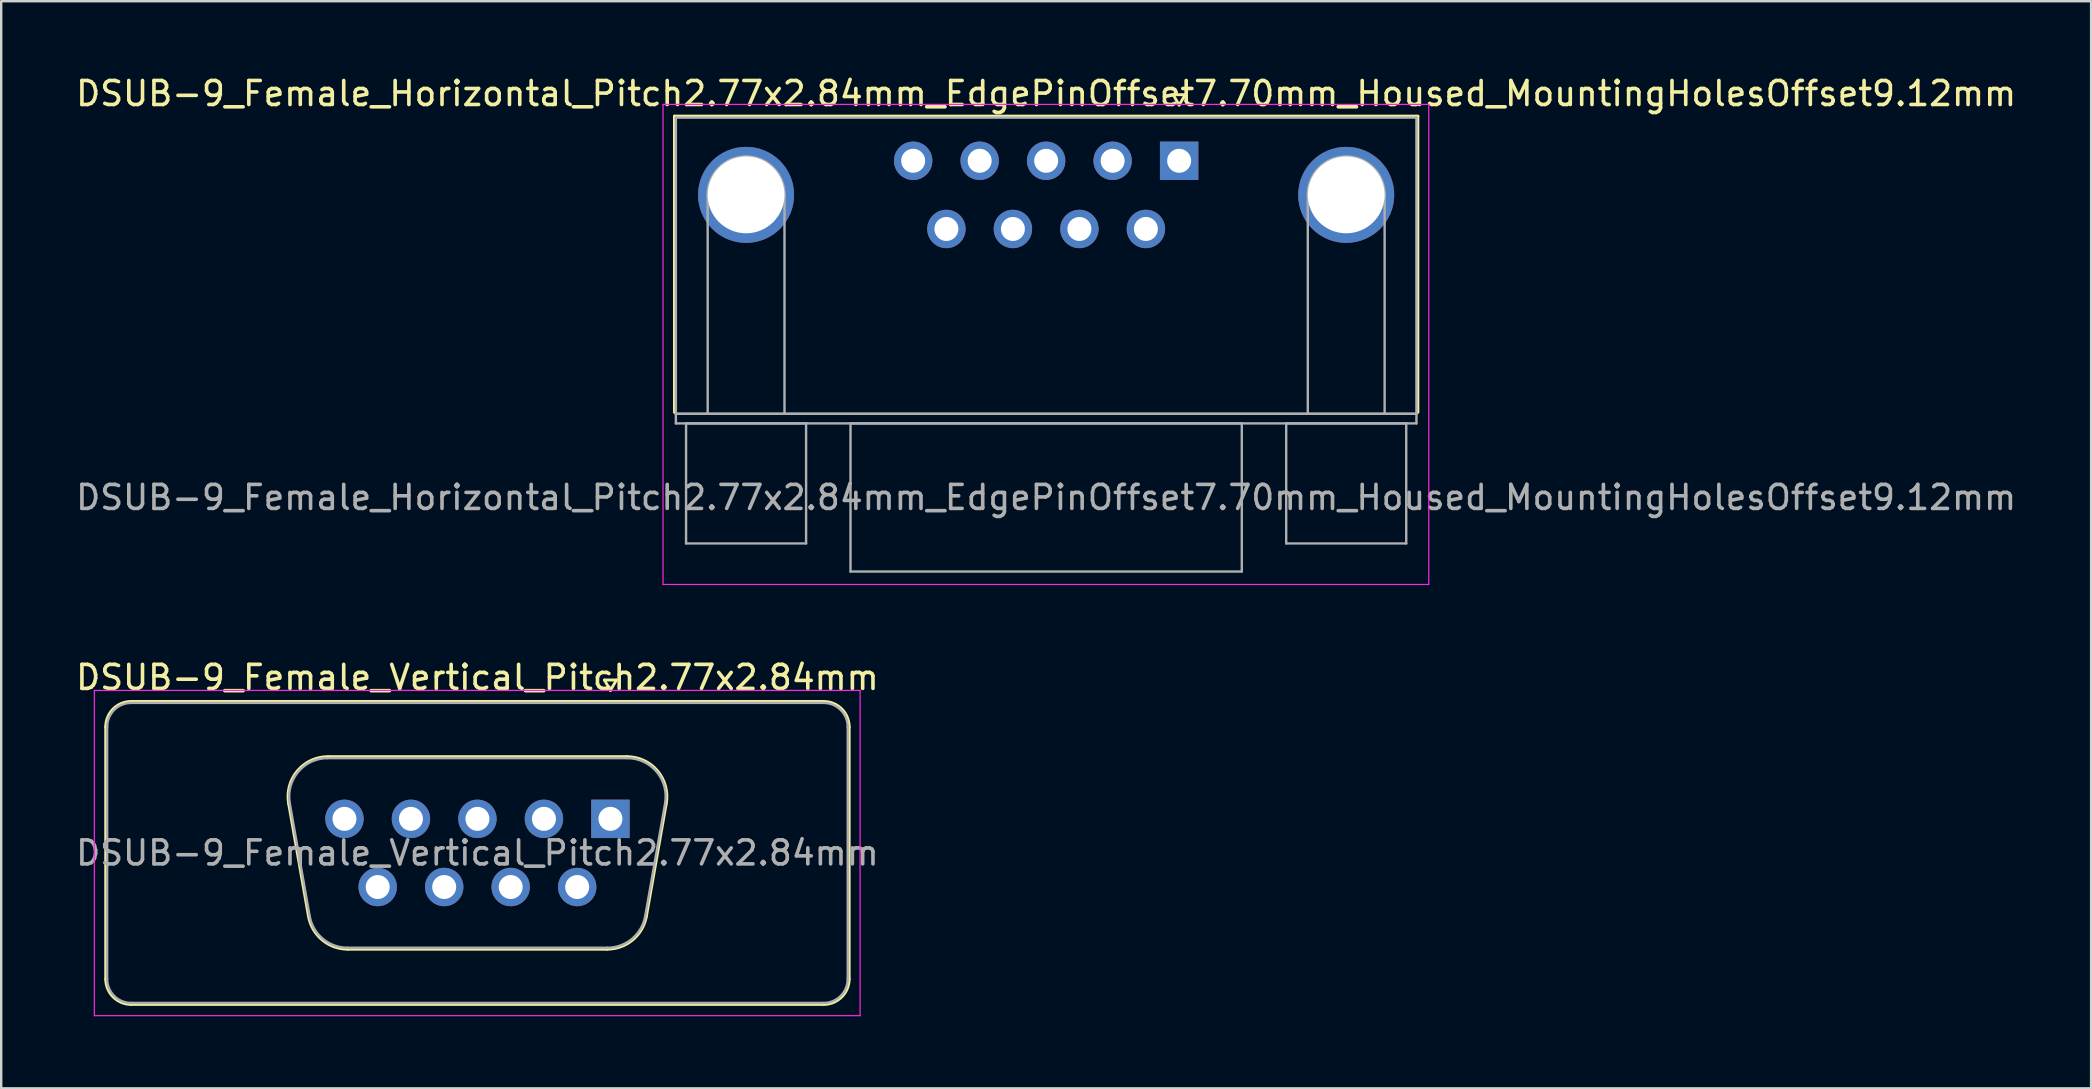
<source format=kicad_pcb>
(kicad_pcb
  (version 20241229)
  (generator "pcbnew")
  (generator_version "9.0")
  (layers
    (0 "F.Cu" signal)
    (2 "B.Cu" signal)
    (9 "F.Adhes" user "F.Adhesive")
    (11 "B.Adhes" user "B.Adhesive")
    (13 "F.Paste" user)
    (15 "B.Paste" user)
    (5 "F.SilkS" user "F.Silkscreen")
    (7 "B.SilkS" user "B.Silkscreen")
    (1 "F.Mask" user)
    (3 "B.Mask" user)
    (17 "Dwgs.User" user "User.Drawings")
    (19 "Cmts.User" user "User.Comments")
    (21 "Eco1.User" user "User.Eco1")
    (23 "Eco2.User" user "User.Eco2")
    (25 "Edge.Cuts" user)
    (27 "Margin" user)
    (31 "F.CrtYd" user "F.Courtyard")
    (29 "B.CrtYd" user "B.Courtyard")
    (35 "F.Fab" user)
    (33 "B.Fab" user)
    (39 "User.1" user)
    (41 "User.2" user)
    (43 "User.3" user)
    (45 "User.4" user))
  (footprint "DSUB-9_Female_Horizontal_Pitch2.77x2.84mm_EdgePinOffset7.70mm_Housed_MountingHolesOffset9.12mm"
    (layer "F.Cu")
    (at 46.07 3.648)
    (property "Reference" "DSUB-9_Female_Horizontal_Pitch2.77x2.84mm_EdgePinOffset7.70mm_Housed_MountingHolesOffset9.12mm" (at -5.54 -2.8 0) (layer "F.SilkS") (effects (font (size 1 1) (thickness 0.15))))
    (attr through_hole)
    (fp_line (start -21.025 -1.86) (end 9.945 -1.86) (stroke (width 0.12) (type solid)) (layer "F.SilkS"))
    (fp_line (start -21.025 10.48) (end -21.025 -1.86) (stroke (width 0.12) (type solid)) (layer "F.SilkS"))
    (fp_line (start -0.25 -2.754) (end 0.25 -2.754) (stroke (width 0.12) (type solid)) (layer "F.SilkS"))
    (fp_line (start 0 -2.321) (end -0.25 -2.754) (stroke (width 0.12) (type solid)) (layer "F.SilkS"))
    (fp_line (start 0.25 -2.754) (end 0 -2.321) (stroke (width 0.12) (type solid)) (layer "F.SilkS"))
    (fp_line (start 9.945 -1.86) (end 9.945 10.48) (stroke (width 0.12) (type solid)) (layer "F.SilkS"))
    (fp_line (start -21.5 -2.35) (end -21.5 17.65) (stroke (width 0.05) (type solid)) (layer "F.CrtYd"))
    (fp_line (start -21.5 17.65) (end 10.4 17.65) (stroke (width 0.05) (type solid)) (layer "F.CrtYd"))
    (fp_line (start 10.4 -2.35) (end -21.5 -2.35) (stroke (width 0.05) (type solid)) (layer "F.CrtYd"))
    (fp_line (start 10.4 17.65) (end 10.4 -2.35) (stroke (width 0.05) (type solid)) (layer "F.CrtYd"))
    (fp_line (start -20.965 -1.8) (end -20.965 10.54) (stroke (width 0.1) (type solid)) (layer "F.Fab"))
    (fp_line (start -20.965 10.54) (end -20.965 10.94) (stroke (width 0.1) (type solid)) (layer "F.Fab"))
    (fp_line (start -20.965 10.54) (end 9.885 10.54) (stroke (width 0.1) (type solid)) (layer "F.Fab"))
    (fp_line (start -20.965 10.94) (end 9.885 10.94) (stroke (width 0.1) (type solid)) (layer "F.Fab"))
    (fp_line (start -20.54 10.94) (end -20.54 15.94) (stroke (width 0.1) (type solid)) (layer "F.Fab"))
    (fp_line (start -20.54 15.94) (end -15.54 15.94) (stroke (width 0.1) (type solid)) (layer "F.Fab"))
    (fp_line (start -19.64 10.54) (end -19.64 1.42) (stroke (width 0.1) (type solid)) (layer "F.Fab"))
    (fp_line (start -16.44 10.54) (end -16.44 1.42) (stroke (width 0.1) (type solid)) (layer "F.Fab"))
    (fp_line (start -15.54 10.94) (end -20.54 10.94) (stroke (width 0.1) (type solid)) (layer "F.Fab"))
    (fp_line (start -15.54 15.94) (end -15.54 10.94) (stroke (width 0.1) (type solid)) (layer "F.Fab"))
    (fp_line (start -13.69 10.94) (end -13.69 17.11) (stroke (width 0.1) (type solid)) (layer "F.Fab"))
    (fp_line (start -13.69 17.11) (end 2.61 17.11) (stroke (width 0.1) (type solid)) (layer "F.Fab"))
    (fp_line (start 2.61 10.94) (end -13.69 10.94) (stroke (width 0.1) (type solid)) (layer "F.Fab"))
    (fp_line (start 2.61 17.11) (end 2.61 10.94) (stroke (width 0.1) (type solid)) (layer "F.Fab"))
    (fp_line (start 4.46 10.94) (end 4.46 15.94) (stroke (width 0.1) (type solid)) (layer "F.Fab"))
    (fp_line (start 4.46 15.94) (end 9.46 15.94) (stroke (width 0.1) (type solid)) (layer "F.Fab"))
    (fp_line (start 5.36 10.54) (end 5.36 1.42) (stroke (width 0.1) (type solid)) (layer "F.Fab"))
    (fp_line (start 8.56 10.54) (end 8.56 1.42) (stroke (width 0.1) (type solid)) (layer "F.Fab"))
    (fp_line (start 9.46 10.94) (end 4.46 10.94) (stroke (width 0.1) (type solid)) (layer "F.Fab"))
    (fp_line (start 9.46 15.94) (end 9.46 10.94) (stroke (width 0.1) (type solid)) (layer "F.Fab"))
    (fp_line (start 9.885 -1.8) (end -20.965 -1.8) (stroke (width 0.1) (type solid)) (layer "F.Fab"))
    (fp_line (start 9.885 10.54) (end -20.965 10.54) (stroke (width 0.1) (type solid)) (layer "F.Fab"))
    (fp_line (start 9.885 10.54) (end 9.885 -1.8) (stroke (width 0.1) (type solid)) (layer "F.Fab"))
    (fp_line (start 9.885 10.94) (end 9.885 10.54) (stroke (width 0.1) (type solid)) (layer "F.Fab"))
    (fp_arc (start -19.64 1.42) (mid -18.04 -0.18) (end -16.44 1.42) (stroke (width 0.1) (type solid)) (layer "F.Fab"))
    (fp_arc (start 5.36 1.42) (mid 6.96 -0.18) (end 8.56 1.42) (stroke (width 0.1) (type solid)) (layer "F.Fab"))
    (fp_text user "${REFERENCE}" (at -5.54 14.025 0) (layer "F.Fab") (effects (font (size 1 1) (thickness 0.15))))
    (pad "0" thru_hole circle (at -18.04 1.42) (size 4 4) (drill 3.2) (layers "*.Cu" "*.Mask"))
    (pad "0" thru_hole circle (at 6.96 1.42) (size 4 4) (drill 3.2) (layers "*.Cu" "*.Mask"))
    (pad "1" thru_hole rect (at 0 0) (size 1.6 1.6) (drill 1) (layers "*.Cu" "*.Mask"))
    (pad "2" thru_hole circle (at -2.77 0) (size 1.6 1.6) (drill 1) (layers "*.Cu" "*.Mask"))
    (pad "3" thru_hole circle (at -5.54 0) (size 1.6 1.6) (drill 1) (layers "*.Cu" "*.Mask"))
    (pad "4" thru_hole circle (at -8.31 0) (size 1.6 1.6) (drill 1) (layers "*.Cu" "*.Mask"))
    (pad "5" thru_hole circle (at -11.08 0) (size 1.6 1.6) (drill 1) (layers "*.Cu" "*.Mask"))
    (pad "6" thru_hole circle (at -1.385 2.84) (size 1.6 1.6) (drill 1) (layers "*.Cu" "*.Mask"))
    (pad "7" thru_hole circle (at -4.155 2.84) (size 1.6 1.6) (drill 1) (layers "*.Cu" "*.Mask"))
    (pad "8" thru_hole circle (at -6.925 2.84) (size 1.6 1.6) (drill 1) (layers "*.Cu" "*.Mask"))
    (pad "9" thru_hole circle (at -9.695 2.84) (size 1.6 1.6) (drill 1) (layers "*.Cu" "*.Mask")))
  (footprint "DSUB-9_Female_Vertical_Pitch2.77x2.84mm"
    (layer "F.Cu")
    (at 22.379 31.061)
    (property "Reference" "DSUB-9_Female_Vertical_Pitch2.77x2.84mm" (at -5.54 -5.89 0) (layer "F.SilkS") (effects (font (size 1 1) (thickness 0.15))))
    (attr through_hole)
    (fp_line (start -21.025 6.67) (end -21.025 -3.83) (stroke (width 0.12) (type solid)) (layer "F.SilkS"))
    (fp_line (start -19.965 -4.89) (end 8.885 -4.89) (stroke (width 0.12) (type solid)) (layer "F.SilkS"))
    (fp_line (start -13.406 -0.642) (end -12.578 4.058) (stroke (width 0.12) (type solid)) (layer "F.SilkS"))
    (fp_line (start -11.772 -2.59) (end 0.692 -2.59) (stroke (width 0.12) (type solid)) (layer "F.SilkS"))
    (fp_line (start -10.943 5.43) (end -0.137 5.43) (stroke (width 0.12) (type solid)) (layer "F.SilkS"))
    (fp_line (start -0.25 -5.784) (end 0.25 -5.784) (stroke (width 0.12) (type solid)) (layer "F.SilkS"))
    (fp_line (start 0 -5.351) (end -0.25 -5.784) (stroke (width 0.12) (type solid)) (layer "F.SilkS"))
    (fp_line (start 0.25 -5.784) (end 0 -5.351) (stroke (width 0.12) (type solid)) (layer "F.SilkS"))
    (fp_line (start 2.326 -0.642) (end 1.498 4.058) (stroke (width 0.12) (type solid)) (layer "F.SilkS"))
    (fp_line (start 8.885 7.73) (end -19.965 7.73) (stroke (width 0.12) (type solid)) (layer "F.SilkS"))
    (fp_line (start 9.945 -3.83) (end 9.945 6.67) (stroke (width 0.12) (type solid)) (layer "F.SilkS"))
    (fp_arc (start -21.025 -3.83) (mid -20.714533 -4.579533) (end -19.965 -4.89) (stroke (width 0.12) (type solid)) (layer "F.SilkS"))
    (fp_arc (start -19.965 7.73) (mid -20.714533 7.419533) (end -21.025 6.67) (stroke (width 0.12) (type solid)) (layer "F.SilkS"))
    (fp_arc (start -13.40647 -0.641744) (mid -13.043323 -1.997028) (end -11.771689 -2.59) (stroke (width 0.12) (type solid)) (layer "F.SilkS"))
    (fp_arc (start -10.942952 5.43) (mid -12.009979 5.041634) (end -12.577733 4.058256) (stroke (width 0.12) (type solid)) (layer "F.SilkS"))
    (fp_arc (start 0.691689 -2.59) (mid 1.963323 -1.997027) (end 2.32647 -0.641744) (stroke (width 0.12) (type solid)) (layer "F.SilkS"))
    (fp_arc (start 1.497733 4.058256) (mid 0.92998 5.041634) (end -0.137048 5.43) (stroke (width 0.12) (type solid)) (layer "F.SilkS"))
    (fp_arc (start 8.885 -4.89) (mid 9.634533 -4.579533) (end 9.945 -3.83) (stroke (width 0.12) (type solid)) (layer "F.SilkS"))
    (fp_arc (start 9.945 6.67) (mid 9.634533 7.419533) (end 8.885 7.73) (stroke (width 0.12) (type solid)) (layer "F.SilkS"))
    (fp_line (start -21.5 -5.35) (end -21.5 8.2) (stroke (width 0.05) (type solid)) (layer "F.CrtYd"))
    (fp_line (start -21.5 8.2) (end 10.4 8.2) (stroke (width 0.05) (type solid)) (layer "F.CrtYd"))
    (fp_line (start 10.4 -5.35) (end -21.5 -5.35) (stroke (width 0.05) (type solid)) (layer "F.CrtYd"))
    (fp_line (start 10.4 8.2) (end 10.4 -5.35) (stroke (width 0.05) (type solid)) (layer "F.CrtYd"))
    (fp_line (start -20.965 6.67) (end -20.965 -3.83) (stroke (width 0.1) (type solid)) (layer "F.Fab"))
    (fp_line (start -19.965 -4.83) (end 8.885 -4.83) (stroke (width 0.1) (type solid)) (layer "F.Fab"))
    (fp_line (start -13.359 -0.652) (end -12.53 4.048) (stroke (width 0.1) (type solid)) (layer "F.Fab"))
    (fp_line (start -11.783 -2.53) (end 0.703 -2.53) (stroke (width 0.1) (type solid)) (layer "F.Fab"))
    (fp_line (start -10.954 5.37) (end -0.126 5.37) (stroke (width 0.1) (type solid)) (layer "F.Fab"))
    (fp_line (start 2.279 -0.652) (end 1.45 4.048) (stroke (width 0.1) (type solid)) (layer "F.Fab"))
    (fp_line (start 8.885 7.67) (end -19.965 7.67) (stroke (width 0.1) (type solid)) (layer "F.Fab"))
    (fp_line (start 9.885 -3.83) (end 9.885 6.67) (stroke (width 0.1) (type solid)) (layer "F.Fab"))
    (fp_arc (start -20.965 -3.83) (mid -20.672107 -4.537107) (end -19.965 -4.83) (stroke (width 0.1) (type solid)) (layer "F.Fab"))
    (fp_arc (start -19.965 7.67) (mid -20.672107 7.377107) (end -20.965 6.67) (stroke (width 0.1) (type solid)) (layer "F.Fab"))
    (fp_arc (start -13.358886 -0.652163) (mid -13.008865 -1.95846) (end -11.783194 -2.53) (stroke (width 0.1) (type solid)) (layer "F.Fab"))
    (fp_arc (start -10.954457 5.37) (mid -11.982917 4.995671) (end -12.530149 4.047837) (stroke (width 0.1) (type solid)) (layer "F.Fab"))
    (fp_arc (start 0.703194 -2.53) (mid 1.928865 -1.95846) (end 2.278886 -0.652163) (stroke (width 0.1) (type solid)) (layer "F.Fab"))
    (fp_arc (start 1.450149 4.047837) (mid 0.902917 4.995671) (end -0.125543 5.37) (stroke (width 0.1) (type solid)) (layer "F.Fab"))
    (fp_arc (start 8.885 -4.83) (mid 9.592107 -4.537107) (end 9.885 -3.83) (stroke (width 0.1) (type solid)) (layer "F.Fab"))
    (fp_arc (start 9.885 6.67) (mid 9.592107 7.377107) (end 8.885 7.67) (stroke (width 0.1) (type solid)) (layer "F.Fab"))
    (fp_text user "${REFERENCE}" (at -5.54 1.42 0) (layer "F.Fab") (effects (font (size 1 1) (thickness 0.15))))
    (pad "1" thru_hole rect (at 0 0) (size 1.6 1.6) (drill 1) (layers "*.Cu" "*.Mask"))
    (pad "2" thru_hole circle (at -2.77 0) (size 1.6 1.6) (drill 1) (layers "*.Cu" "*.Mask"))
    (pad "3" thru_hole circle (at -5.54 0) (size 1.6 1.6) (drill 1) (layers "*.Cu" "*.Mask"))
    (pad "4" thru_hole circle (at -8.31 0) (size 1.6 1.6) (drill 1) (layers "*.Cu" "*.Mask"))
    (pad "5" thru_hole circle (at -11.08 0) (size 1.6 1.6) (drill 1) (layers "*.Cu" "*.Mask"))
    (pad "6" thru_hole circle (at -1.385 2.84) (size 1.6 1.6) (drill 1) (layers "*.Cu" "*.Mask"))
    (pad "7" thru_hole circle (at -4.155 2.84) (size 1.6 1.6) (drill 1) (layers "*.Cu" "*.Mask"))
    (pad "8" thru_hole circle (at -6.925 2.84) (size 1.6 1.6) (drill 1) (layers "*.Cu" "*.Mask"))
    (pad "9" thru_hole circle (at -9.695 2.84) (size 1.6 1.6) (drill 1) (layers "*.Cu" "*.Mask")))
  (gr_rect
    (start -3 -3)
    (end 84.06 42.286)
    (stroke (width 0.1) (type default))
    (fill no)
    (layer "Edge.Cuts")))
</source>
